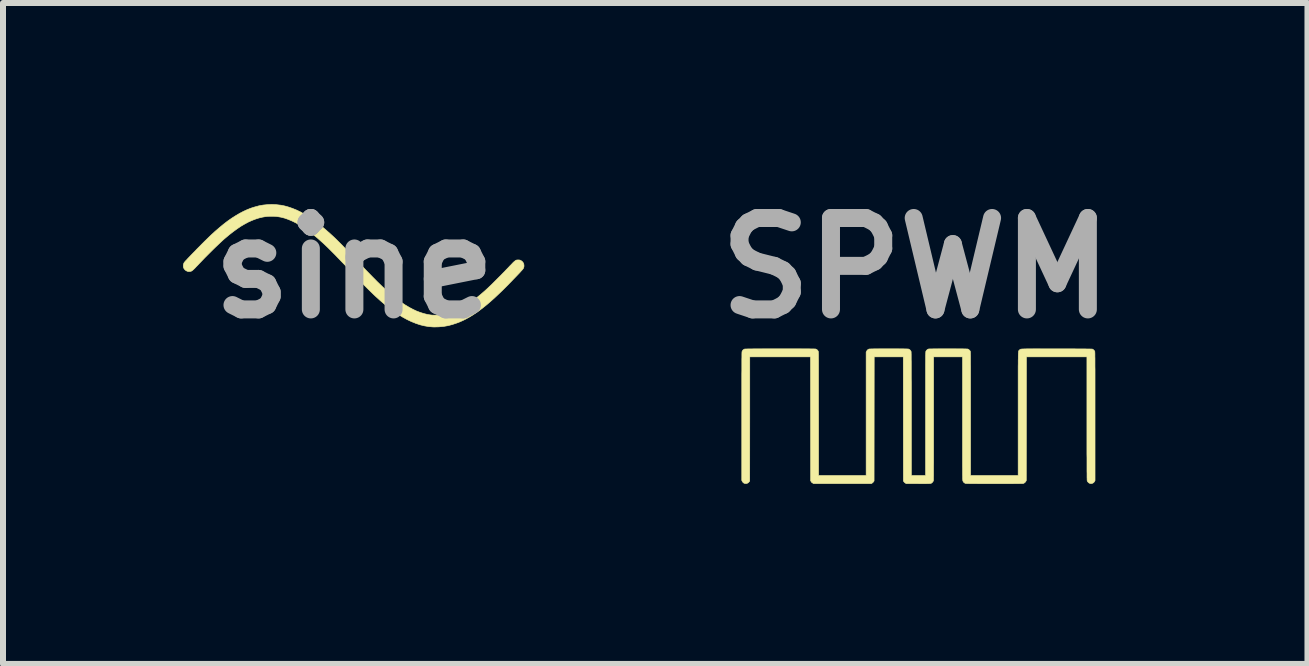
<source format=kicad_pcb>
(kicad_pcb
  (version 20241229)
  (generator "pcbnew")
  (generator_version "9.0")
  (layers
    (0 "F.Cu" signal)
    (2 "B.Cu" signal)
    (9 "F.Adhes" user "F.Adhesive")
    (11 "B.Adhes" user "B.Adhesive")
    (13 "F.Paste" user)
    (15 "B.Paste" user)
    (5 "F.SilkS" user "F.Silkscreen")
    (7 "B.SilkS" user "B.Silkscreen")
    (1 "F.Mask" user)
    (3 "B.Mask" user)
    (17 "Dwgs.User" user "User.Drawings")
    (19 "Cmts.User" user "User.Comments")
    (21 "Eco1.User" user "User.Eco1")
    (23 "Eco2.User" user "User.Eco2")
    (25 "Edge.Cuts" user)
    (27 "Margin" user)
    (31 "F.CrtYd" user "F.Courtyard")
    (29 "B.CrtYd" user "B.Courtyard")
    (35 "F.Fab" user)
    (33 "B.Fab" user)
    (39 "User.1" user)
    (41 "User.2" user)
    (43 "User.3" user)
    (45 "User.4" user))
  (footprint "sine"
    (layer "F.Cu")
    (at 2.857 1.418)
    (property "Reference" "sine" (at 0 0 0) (layer "F.Fab") (effects (font (size 1.524 1.524) (thickness 0.3))))
    (attr through_hole)
    (fp_poly (pts (xy -1.306 -1.057) (xy -1.237 -1.049) (xy -1.226 -1.048) (xy -1.162 -1.035) (xy -1.098 -1.017) (xy -1.034 -0.995) (xy -0.969 -0.969) (xy -0.904 -0.938) (xy -0.837 -0.901) (xy -0.769 -0.86) (xy -0.7 -0.814) (xy -0.629 -0.762) (xy -0.556 -0.705) (xy -0.482 -0.642) (xy -0.405 -0.574) (xy -0.357 -0.53) (xy -0.328 -0.503) (xy -0.296 -0.472) (xy -0.261 -0.437) (xy -0.222 -0.398) (xy -0.18 -0.355) (xy -0.134 -0.308) (xy -0.085 -0.257) (xy -0.031 -0.201) (xy 0.027 -0.14) (xy 0.059 -0.106) (xy 0.115 -0.048) (xy 0.166 0.007) (xy 0.214 0.057) (xy 0.259 0.103) (xy 0.301 0.146) (xy 0.34 0.185) (xy 0.376 0.222) (xy 0.411 0.256) (xy 0.443 0.287) (xy 0.474 0.317) (xy 0.504 0.344) (xy 0.532 0.37) (xy 0.56 0.395) (xy 0.588 0.419) (xy 0.615 0.442) (xy 0.643 0.465) (xy 0.643 0.465) (xy 0.713 0.521) (xy 0.781 0.571) (xy 0.847 0.615) (xy 0.912 0.654) (xy 0.975 0.688) (xy 1.037 0.717) (xy 1.098 0.74) (xy 1.159 0.759) (xy 1.22 0.774) (xy 1.264 0.781) (xy 1.281 0.783) (xy 1.303 0.785) (xy 1.328 0.785) (xy 1.355 0.785) (xy 1.382 0.785) (xy 1.408 0.784) (xy 1.432 0.782) (xy 1.451 0.78) (xy 1.455 0.78) (xy 1.512 0.77) (xy 1.569 0.755) (xy 1.626 0.738) (xy 1.683 0.716) (xy 1.74 0.69) (xy 1.798 0.659) (xy 1.857 0.624) (xy 1.917 0.585) (xy 1.979 0.541) (xy 2.043 0.491) (xy 2.109 0.437) (xy 2.178 0.377) (xy 2.229 0.33) (xy 2.248 0.312) (xy 2.27 0.291) (xy 2.296 0.266) (xy 2.324 0.238) (xy 2.353 0.209) (xy 2.384 0.178) (xy 2.415 0.147) (xy 2.446 0.116) (xy 2.475 0.086) (xy 2.503 0.058) (xy 2.528 0.031) (xy 2.537 0.022) (xy 2.566 -0.008) (xy 2.591 -0.035) (xy 2.613 -0.057) (xy 2.631 -0.076) (xy 2.646 -0.092) (xy 2.659 -0.104) (xy 2.671 -0.114) (xy 2.68 -0.121) (xy 2.688 -0.127) (xy 2.696 -0.131) (xy 2.702 -0.133) (xy 2.709 -0.134) (xy 2.717 -0.135) (xy 2.724 -0.135) (xy 2.731 -0.135) (xy 2.745 -0.135) (xy 2.756 -0.133) (xy 2.764 -0.131) (xy 2.774 -0.126) (xy 2.794 -0.113) (xy 2.81 -0.095) (xy 2.821 -0.075) (xy 2.826 -0.053) (xy 2.827 -0.03) (xy 2.822 -0.007) (xy 2.819 0.001) (xy 2.817 0.005) (xy 2.813 0.01) (xy 2.809 0.016) (xy 2.803 0.023) (xy 2.796 0.032) (xy 2.786 0.043) (xy 2.774 0.056) (xy 2.76 0.072) (xy 2.743 0.09) (xy 2.723 0.111) (xy 2.699 0.136) (xy 2.671 0.165) (xy 2.64 0.197) (xy 2.619 0.219) (xy 2.543 0.297) (xy 2.47 0.37) (xy 2.4 0.437) (xy 2.333 0.5) (xy 2.268 0.558) (xy 2.205 0.612) (xy 2.144 0.661) (xy 2.085 0.706) (xy 2.027 0.747) (xy 1.971 0.784) (xy 1.915 0.818) (xy 1.861 0.848) (xy 1.807 0.875) (xy 1.753 0.899) (xy 1.699 0.919) (xy 1.645 0.937) (xy 1.637 0.94) (xy 1.561 0.96) (xy 1.485 0.973) (xy 1.407 0.98) (xy 1.329 0.982) (xy 1.305 0.981) (xy 1.236 0.975) (xy 1.166 0.963) (xy 1.096 0.946) (xy 1.024 0.922) (xy 0.952 0.893) (xy 0.878 0.858) (xy 0.803 0.817) (xy 0.727 0.77) (xy 0.65 0.718) (xy 0.571 0.659) (xy 0.533 0.628) (xy 0.499 0.6) (xy 0.465 0.571) (xy 0.43 0.541) (xy 0.394 0.508) (xy 0.356 0.474) (xy 0.317 0.437) (xy 0.276 0.397) (xy 0.233 0.355) (xy 0.187 0.309) (xy 0.138 0.259) (xy 0.086 0.206) (xy 0.031 0.149) (xy -0.028 0.087) (xy -0.065 0.048) (xy -0.116 -0.006) (xy -0.163 -0.056) (xy -0.207 -0.101) (xy -0.247 -0.143) (xy -0.284 -0.181) (xy -0.318 -0.217) (xy -0.35 -0.249) (xy -0.38 -0.279) (xy -0.408 -0.307) (xy -0.434 -0.333) (xy -0.46 -0.358) (xy -0.484 -0.381) (xy -0.508 -0.404) (xy -0.532 -0.426) (xy -0.545 -0.437) (xy -0.62 -0.504) (xy -0.694 -0.565) (xy -0.766 -0.62) (xy -0.836 -0.669) (xy -0.904 -0.713) (xy -0.971 -0.751) (xy -1.036 -0.783) (xy -1.1 -0.81) (xy -1.162 -0.832) (xy -1.224 -0.848) (xy -1.284 -0.858) (xy -1.287 -0.859) (xy -1.313 -0.861) (xy -1.344 -0.863) (xy -1.376 -0.863) (xy -1.409 -0.863) (xy -1.44 -0.862) (xy -1.467 -0.859) (xy -1.472 -0.859) (xy -1.531 -0.849) (xy -1.59 -0.835) (xy -1.649 -0.816) (xy -1.709 -0.793) (xy -1.769 -0.766) (xy -1.83 -0.733) (xy -1.893 -0.696) (xy -1.956 -0.653) (xy -2.022 -0.605) (xy -2.09 -0.552) (xy -2.16 -0.493) (xy -2.175 -0.48) (xy -2.205 -0.453) (xy -2.238 -0.422) (xy -2.275 -0.387) (xy -2.315 -0.349) (xy -2.357 -0.308) (xy -2.401 -0.264) (xy -2.446 -0.219) (xy -2.493 -0.172) (xy -2.54 -0.123) (xy -2.587 -0.074) (xy -2.614 -0.045) (xy -2.637 -0.022) (xy -2.655 -0.002) (xy -2.671 0.014) (xy -2.684 0.026) (xy -2.695 0.036) (xy -2.704 0.043) (xy -2.712 0.048) (xy -2.719 0.052) (xy -2.727 0.054) (xy -2.735 0.056) (xy -2.739 0.057) (xy -2.762 0.058) (xy -2.784 0.054) (xy -2.805 0.044) (xy -2.823 0.03) (xy -2.838 0.012) (xy -2.845 -0.001) (xy -2.851 -0.021) (xy -2.852 -0.044) (xy -2.848 -0.066) (xy -2.84 -0.086) (xy -2.838 -0.09) (xy -2.834 -0.095) (xy -2.826 -0.105) (xy -2.814 -0.119) (xy -2.798 -0.135) (xy -2.78 -0.155) (xy -2.759 -0.177) (xy -2.736 -0.201) (xy -2.711 -0.227) (xy -2.685 -0.254) (xy -2.657 -0.282) (xy -2.63 -0.311) (xy -2.601 -0.34) (xy -2.573 -0.368) (xy -2.546 -0.396) (xy -2.519 -0.423) (xy -2.494 -0.448) (xy -2.471 -0.47) (xy -2.395 -0.544) (xy -2.321 -0.612) (xy -2.249 -0.674) (xy -2.179 -0.732) (xy -2.111 -0.784) (xy -2.044 -0.831) (xy -1.978 -0.873) (xy -1.914 -0.911) (xy -1.851 -0.944) (xy -1.788 -0.973) (xy -1.725 -0.998) (xy -1.662 -1.018) (xy -1.6 -1.035) (xy -1.591 -1.037) (xy -1.521 -1.05) (xy -1.449 -1.057) (xy -1.377 -1.06) (xy -1.306 -1.057)) (stroke (width 0.01) (type solid)) (fill yes) (layer "F.SilkS")))
  (footprint "SPWM"
    (layer "F.Cu")
    (at 12.216 3.958)
    (property "Reference" "SPWM" (at 0 -2.54 0) (layer "F.Fab") (effects (font (size 1.524 1.524) (thickness 0.3))))
    (attr through_hole)
    (fp_poly (pts (xy -0.412 -1.194) (xy -0.373 -1.194) (xy -0.334 -1.194) (xy -0.297 -1.194) (xy -0.263 -1.193) (xy -0.23 -1.193) (xy -0.201 -1.193) (xy -0.176 -1.192) (xy -0.155 -1.192) (xy -0.139 -1.191) (xy -0.128 -1.191) (xy -0.123 -1.19) (xy -0.11 -1.184) (xy -0.097 -1.174) (xy -0.087 -1.161) (xy -0.08 -1.149) (xy -0.08 -1.147) (xy -0.079 -1.144) (xy -0.079 -1.135) (xy -0.079 -1.122) (xy -0.078 -1.103) (xy -0.078 -1.08) (xy -0.078 -1.052) (xy -0.078 -1.018) (xy -0.077 -0.979) (xy -0.077 -0.934) (xy -0.077 -0.885) (xy -0.077 -0.829) (xy -0.077 -0.768) (xy -0.077 -0.701) (xy -0.076 -0.629) (xy -0.076 -0.55) (xy -0.076 -0.466) (xy -0.076 -0.376) (xy -0.076 -0.279) (xy -0.076 -0.176) (xy -0.076 -0.109) (xy -0.076 0.918) (xy 0.162 0.918) (xy 0.162 -0.209) (xy 0.162 -0.299) (xy 0.162 -0.382) (xy 0.162 -0.461) (xy 0.162 -0.533) (xy 0.162 -0.601) (xy 0.162 -0.663) (xy 0.162 -0.72) (xy 0.162 -0.773) (xy 0.162 -0.821) (xy 0.162 -0.864) (xy 0.162 -0.904) (xy 0.162 -0.94) (xy 0.163 -0.972) (xy 0.163 -1.001) (xy 0.163 -1.026) (xy 0.163 -1.048) (xy 0.163 -1.068) (xy 0.163 -1.085) (xy 0.164 -1.099) (xy 0.164 -1.111) (xy 0.164 -1.122) (xy 0.165 -1.13) (xy 0.165 -1.137) (xy 0.165 -1.142) (xy 0.166 -1.146) (xy 0.166 -1.149) (xy 0.167 -1.151) (xy 0.167 -1.153) (xy 0.168 -1.155) (xy 0.168 -1.155) (xy 0.178 -1.169) (xy 0.191 -1.181) (xy 0.205 -1.189) (xy 0.209 -1.19) (xy 0.214 -1.191) (xy 0.225 -1.192) (xy 0.241 -1.192) (xy 0.262 -1.192) (xy 0.287 -1.193) (xy 0.316 -1.193) (xy 0.349 -1.193) (xy 0.383 -1.194) (xy 0.42 -1.194) (xy 0.459 -1.194) (xy 0.498 -1.194) (xy 0.538 -1.194) (xy 0.578 -1.194) (xy 0.618 -1.194) (xy 0.656 -1.194) (xy 0.693 -1.193) (xy 0.727 -1.193) (xy 0.759 -1.193) (xy 0.788 -1.193) (xy 0.813 -1.192) (xy 0.834 -1.192) (xy 0.849 -1.191) (xy 0.86 -1.191) (xy 0.865 -1.19) (xy 0.877 -1.185) (xy 0.889 -1.175) (xy 0.9 -1.164) (xy 0.907 -1.153) (xy 0.907 -1.152) (xy 0.908 -1.148) (xy 0.908 -1.143) (xy 0.908 -1.135) (xy 0.909 -1.125) (xy 0.909 -1.113) (xy 0.909 -1.097) (xy 0.91 -1.08) (xy 0.91 -1.058) (xy 0.91 -1.034) (xy 0.91 -1.006) (xy 0.91 -0.975) (xy 0.91 -0.94) (xy 0.911 -0.901) (xy 0.911 -0.857) (xy 0.911 -0.809) (xy 0.911 -0.757) (xy 0.911 -0.7) (xy 0.911 -0.638) (xy 0.911 -0.57) (xy 0.911 -0.498) (xy 0.911 -0.42) (xy 0.911 -0.336) (xy 0.911 -0.246) (xy 0.911 -0.15) (xy 0.911 -0.113) (xy 0.911 0.918) (xy 1.705 0.918) (xy 1.705 -0.106) (xy 1.705 -0.203) (xy 1.705 -0.293) (xy 1.705 -0.378) (xy 1.705 -0.457) (xy 1.705 -0.531) (xy 1.705 -0.599) (xy 1.705 -0.662) (xy 1.705 -0.72) (xy 1.705 -0.774) (xy 1.705 -0.822) (xy 1.705 -0.867) (xy 1.705 -0.907) (xy 1.706 -0.944) (xy 1.706 -0.977) (xy 1.706 -1.006) (xy 1.707 -1.032) (xy 1.707 -1.055) (xy 1.707 -1.076) (xy 1.708 -1.093) (xy 1.708 -1.108) (xy 1.709 -1.121) (xy 1.71 -1.131) (xy 1.711 -1.14) (xy 1.711 -1.147) (xy 1.712 -1.153) (xy 1.713 -1.157) (xy 1.715 -1.161) (xy 1.716 -1.163) (xy 1.717 -1.165) (xy 1.719 -1.167) (xy 1.72 -1.168) (xy 1.722 -1.169) (xy 1.724 -1.171) (xy 1.725 -1.172) (xy 1.728 -1.175) (xy 1.73 -1.177) (xy 1.732 -1.18) (xy 1.734 -1.181) (xy 1.736 -1.183) (xy 1.739 -1.185) (xy 1.743 -1.186) (xy 1.748 -1.188) (xy 1.755 -1.189) (xy 1.764 -1.19) (xy 1.774 -1.191) (xy 1.787 -1.191) (xy 1.803 -1.192) (xy 1.821 -1.192) (xy 1.843 -1.193) (xy 1.868 -1.193) (xy 1.897 -1.193) (xy 1.929 -1.193) (xy 1.966 -1.194) (xy 2.007 -1.194) (xy 2.053 -1.194) (xy 2.104 -1.193) (xy 2.161 -1.193) (xy 2.223 -1.193) (xy 2.291 -1.193) (xy 2.351 -1.193) (xy 2.423 -1.193) (xy 2.489 -1.193) (xy 2.549 -1.193) (xy 2.604 -1.193) (xy 2.653 -1.193) (xy 2.697 -1.192) (xy 2.737 -1.192) (xy 2.772 -1.192) (xy 2.803 -1.192) (xy 2.83 -1.192) (xy 2.853 -1.191) (xy 2.873 -1.191) (xy 2.89 -1.191) (xy 2.904 -1.191) (xy 2.916 -1.19) (xy 2.925 -1.19) (xy 2.933 -1.19) (xy 2.938 -1.189) (xy 2.942 -1.189) (xy 2.945 -1.188) (xy 2.947 -1.187) (xy 2.948 -1.187) (xy 2.961 -1.177) (xy 2.973 -1.165) (xy 2.981 -1.152) (xy 2.982 -1.15) (xy 2.982 -1.147) (xy 2.983 -1.143) (xy 2.983 -1.136) (xy 2.983 -1.127) (xy 2.984 -1.115) (xy 2.984 -1.1) (xy 2.984 -1.082) (xy 2.984 -1.061) (xy 2.985 -1.036) (xy 2.985 -1.008) (xy 2.985 -0.976) (xy 2.985 -0.94) (xy 2.985 -0.9) (xy 2.986 -0.856) (xy 2.986 -0.807) (xy 2.986 -0.753) (xy 2.986 -0.695) (xy 2.986 -0.631) (xy 2.986 -0.563) (xy 2.986 -0.489) (xy 2.986 -0.409) (xy 2.986 -0.324) (xy 2.986 -0.233) (xy 2.986 -0.136) (xy 2.986 -0.068) (xy 2.986 1.002) (xy 2.979 1.015) (xy 2.967 1.032) (xy 2.951 1.044) (xy 2.932 1.051) (xy 2.912 1.052) (xy 2.904 1.05) (xy 2.888 1.044) (xy 2.874 1.033) (xy 2.862 1.019) (xy 2.855 1.004) (xy 2.855 1.003) (xy 2.855 1) (xy 2.854 0.993) (xy 2.854 0.984) (xy 2.854 0.971) (xy 2.853 0.955) (xy 2.853 0.935) (xy 2.853 0.911) (xy 2.853 0.883) (xy 2.852 0.85) (xy 2.852 0.814) (xy 2.852 0.773) (xy 2.852 0.727) (xy 2.852 0.676) (xy 2.852 0.621) (xy 2.851 0.56) (xy 2.851 0.494) (xy 2.851 0.423) (xy 2.851 0.346) (xy 2.851 0.264) (xy 2.851 0.175) (xy 2.851 0.081) (xy 2.851 -0.02) (xy 2.851 -1.06) (xy 1.842 -1.06) (xy 1.841 -0.029) (xy 1.84 1.002) (xy 1.833 1.015) (xy 1.821 1.031) (xy 1.806 1.043) (xy 1.788 1.051) (xy 1.787 1.051) (xy 1.781 1.051) (xy 1.77 1.052) (xy 1.753 1.052) (xy 1.731 1.052) (xy 1.705 1.053) (xy 1.674 1.053) (xy 1.64 1.053) (xy 1.602 1.054) (xy 1.562 1.054) (xy 1.519 1.054) (xy 1.474 1.054) (xy 1.428 1.054) (xy 1.381 1.054) (xy 1.333 1.054) (xy 1.284 1.054) (xy 1.236 1.054) (xy 1.189 1.054) (xy 1.143 1.054) (xy 1.098 1.054) (xy 1.055 1.054) (xy 1.015 1.053) (xy 0.977 1.053) (xy 0.943 1.053) (xy 0.912 1.053) (xy 0.886 1.052) (xy 0.864 1.052) (xy 0.848 1.051) (xy 0.837 1.051) (xy 0.832 1.051) (xy 0.814 1.044) (xy 0.798 1.032) (xy 0.787 1.016) (xy 0.783 1.005) (xy 0.782 1.003) (xy 0.782 1) (xy 0.781 0.996) (xy 0.781 0.99) (xy 0.781 0.982) (xy 0.78 0.973) (xy 0.78 0.961) (xy 0.78 0.947) (xy 0.78 0.93) (xy 0.779 0.911) (xy 0.779 0.889) (xy 0.779 0.864) (xy 0.779 0.835) (xy 0.779 0.803) (xy 0.778 0.767) (xy 0.778 0.728) (xy 0.778 0.684) (xy 0.778 0.636) (xy 0.778 0.583) (xy 0.778 0.526) (xy 0.778 0.463) (xy 0.778 0.396) (xy 0.778 0.323) (xy 0.778 0.245) (xy 0.778 0.161) (xy 0.778 0.071) (xy 0.778 -0.025) (xy 0.778 -1.06) (xy 0.295 -1.06) (xy 0.295 -0.034) (xy 0.295 0.073) (xy 0.295 0.173) (xy 0.295 0.267) (xy 0.295 0.355) (xy 0.295 0.437) (xy 0.295 0.513) (xy 0.295 0.584) (xy 0.295 0.648) (xy 0.295 0.707) (xy 0.294 0.761) (xy 0.294 0.808) (xy 0.294 0.851) (xy 0.294 0.888) (xy 0.294 0.92) (xy 0.293 0.946) (xy 0.293 0.968) (xy 0.293 0.984) (xy 0.292 0.996) (xy 0.292 1.003) (xy 0.292 1.004) (xy 0.288 1.014) (xy 0.281 1.024) (xy 0.276 1.031) (xy 0.271 1.035) (xy 0.267 1.039) (xy 0.263 1.043) (xy 0.258 1.045) (xy 0.252 1.048) (xy 0.244 1.05) (xy 0.234 1.051) (xy 0.221 1.052) (xy 0.206 1.053) (xy 0.186 1.053) (xy 0.163 1.054) (xy 0.135 1.054) (xy 0.101 1.054) (xy 0.063 1.054) (xy 0.035 1.053) (xy -0.16 1.053) (xy -0.174 1.045) (xy -0.185 1.037) (xy -0.195 1.027) (xy -0.198 1.023) (xy -0.208 1.009) (xy -0.209 -0.026) (xy -0.21 -1.06) (xy -0.695 -1.06) (xy -0.696 -0.026) (xy -0.697 1.009) (xy -0.707 1.023) (xy -0.715 1.033) (xy -0.726 1.042) (xy -0.73 1.045) (xy -0.745 1.053) (xy -1.704 1.053) (xy -1.719 1.044) (xy -1.734 1.035) (xy -1.745 1.021) (xy -1.754 1.005) (xy -1.756 -1.06) (xy -2.262 -1.06) (xy -2.769 -1.06) (xy -2.769 -0.026) (xy -2.77 1.009) (xy -2.78 1.023) (xy -2.793 1.037) (xy -2.81 1.047) (xy -2.828 1.052) (xy -2.847 1.051) (xy -2.853 1.05) (xy -2.871 1.042) (xy -2.884 1.03) (xy -2.894 1.015) (xy -2.902 0.999) (xy -2.902 -0.068) (xy -2.902 -0.17) (xy -2.902 -0.266) (xy -2.902 -0.355) (xy -2.902 -0.439) (xy -2.902 -0.518) (xy -2.902 -0.59) (xy -2.902 -0.658) (xy -2.902 -0.72) (xy -2.902 -0.777) (xy -2.901 -0.83) (xy -2.901 -0.877) (xy -2.901 -0.921) (xy -2.901 -0.959) (xy -2.901 -0.994) (xy -2.901 -1.025) (xy -2.9 -1.052) (xy -2.9 -1.075) (xy -2.9 -1.094) (xy -2.9 -1.111) (xy -2.899 -1.124) (xy -2.899 -1.134) (xy -2.899 -1.141) (xy -2.898 -1.146) (xy -2.898 -1.147) (xy -2.891 -1.161) (xy -2.881 -1.174) (xy -2.867 -1.184) (xy -2.856 -1.19) (xy -2.851 -1.19) (xy -2.84 -1.191) (xy -2.824 -1.191) (xy -2.803 -1.192) (xy -2.776 -1.192) (xy -2.746 -1.192) (xy -2.711 -1.193) (xy -2.673 -1.193) (xy -2.631 -1.193) (xy -2.587 -1.193) (xy -2.54 -1.194) (xy -2.491 -1.194) (xy -2.44 -1.194) (xy -2.388 -1.194) (xy -2.336 -1.194) (xy -2.282 -1.194) (xy -2.229 -1.194) (xy -2.175 -1.194) (xy -2.123 -1.194) (xy -2.071 -1.194) (xy -2.021 -1.194) (xy -1.972 -1.194) (xy -1.926 -1.194) (xy -1.882 -1.193) (xy -1.842 -1.193) (xy -1.804 -1.193) (xy -1.771 -1.193) (xy -1.741 -1.192) (xy -1.716 -1.192) (xy -1.696 -1.192) (xy -1.681 -1.191) (xy -1.672 -1.191) (xy -1.669 -1.19) (xy -1.655 -1.184) (xy -1.641 -1.173) (xy -1.631 -1.159) (xy -1.628 -1.154) (xy -1.628 -1.153) (xy -1.627 -1.151) (xy -1.627 -1.149) (xy -1.626 -1.145) (xy -1.626 -1.141) (xy -1.626 -1.136) (xy -1.625 -1.129) (xy -1.625 -1.121) (xy -1.625 -1.11) (xy -1.624 -1.098) (xy -1.624 -1.083) (xy -1.624 -1.066) (xy -1.624 -1.047) (xy -1.624 -1.024) (xy -1.623 -0.998) (xy -1.623 -0.969) (xy -1.623 -0.937) (xy -1.623 -0.901) (xy -1.623 -0.861) (xy -1.623 -0.817) (xy -1.623 -0.768) (xy -1.623 -0.715) (xy -1.623 -0.658) (xy -1.623 -0.595) (xy -1.623 -0.527) (xy -1.623 -0.454) (xy -1.623 -0.376) (xy -1.623 -0.291) (xy -1.623 -0.201) (xy -1.622 -0.112) (xy -1.622 0.918) (xy -0.829 0.918) (xy -0.829 -0.11) (xy -0.829 -1.138) (xy -0.821 -1.154) (xy -0.81 -1.172) (xy -0.794 -1.184) (xy -0.781 -1.19) (xy -0.776 -1.191) (xy -0.765 -1.191) (xy -0.749 -1.192) (xy -0.728 -1.192) (xy -0.703 -1.193) (xy -0.674 -1.193) (xy -0.642 -1.193) (xy -0.607 -1.194) (xy -0.57 -1.194) (xy -0.532 -1.194) (xy -0.492 -1.194) (xy -0.452 -1.194) (xy -0.412 -1.194)) (stroke (width 0.01) (type solid)) (fill yes) (layer "F.SilkS")))
  (gr_rect
    (start -3 -3)
    (end 18.743 8.017)
    (stroke (width 0.1) (type default))
    (fill no)
    (layer "Edge.Cuts")))
</source>
